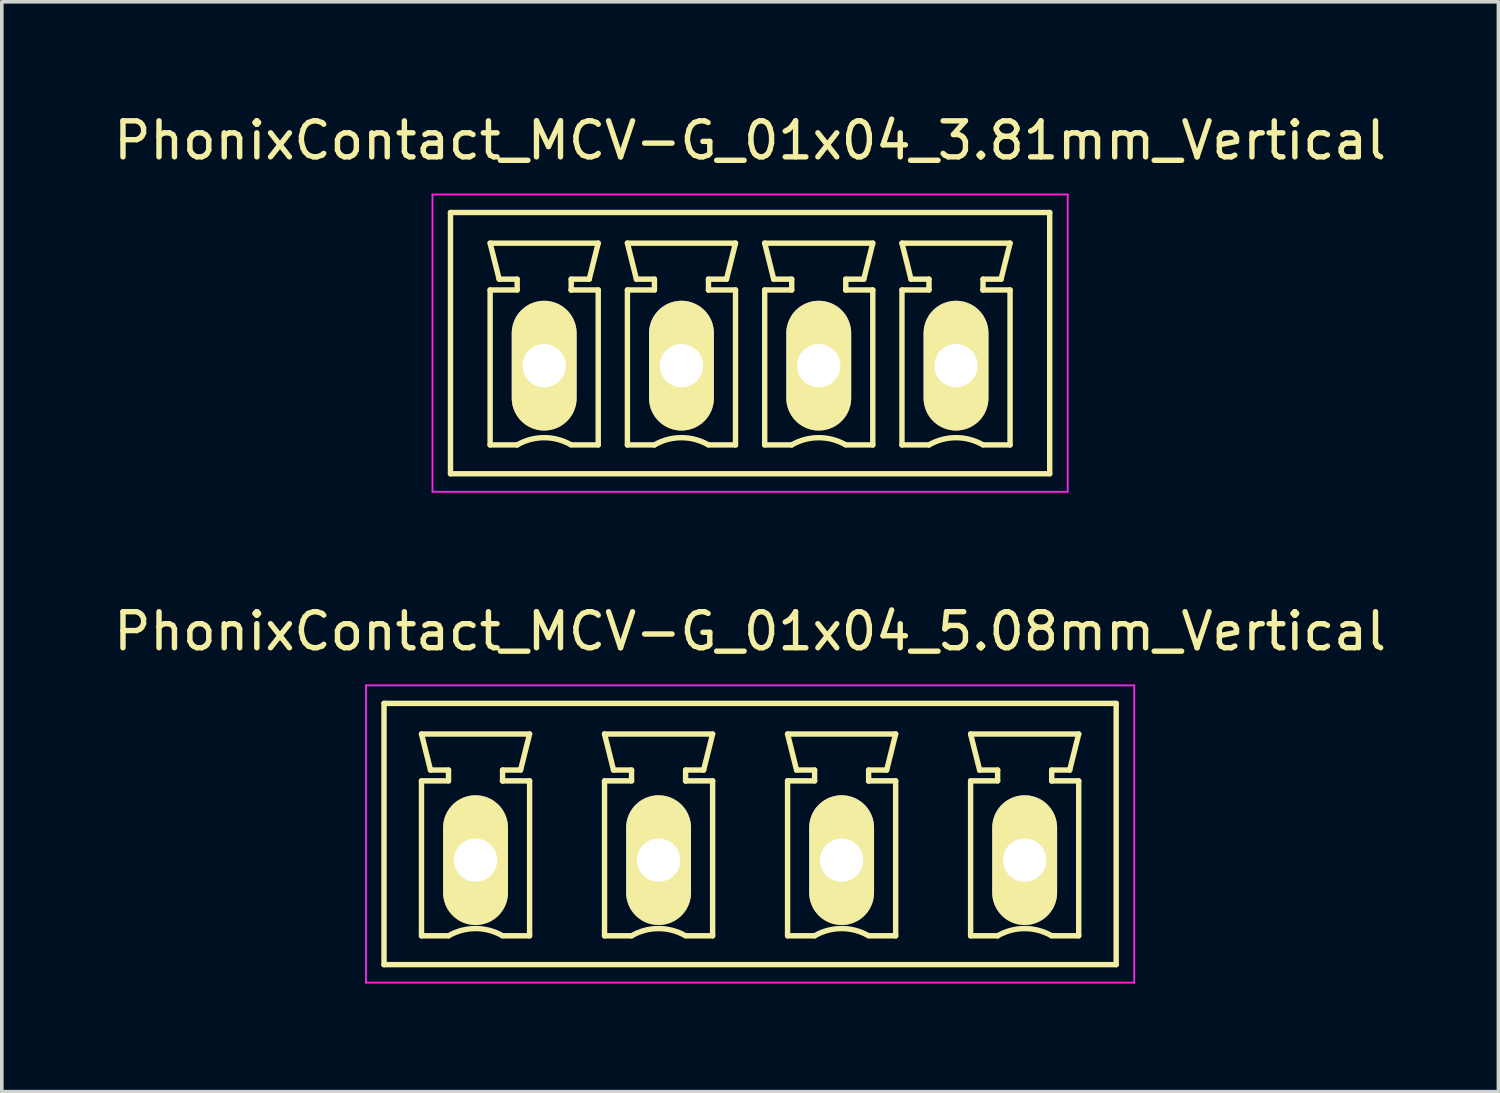
<source format=kicad_pcb>
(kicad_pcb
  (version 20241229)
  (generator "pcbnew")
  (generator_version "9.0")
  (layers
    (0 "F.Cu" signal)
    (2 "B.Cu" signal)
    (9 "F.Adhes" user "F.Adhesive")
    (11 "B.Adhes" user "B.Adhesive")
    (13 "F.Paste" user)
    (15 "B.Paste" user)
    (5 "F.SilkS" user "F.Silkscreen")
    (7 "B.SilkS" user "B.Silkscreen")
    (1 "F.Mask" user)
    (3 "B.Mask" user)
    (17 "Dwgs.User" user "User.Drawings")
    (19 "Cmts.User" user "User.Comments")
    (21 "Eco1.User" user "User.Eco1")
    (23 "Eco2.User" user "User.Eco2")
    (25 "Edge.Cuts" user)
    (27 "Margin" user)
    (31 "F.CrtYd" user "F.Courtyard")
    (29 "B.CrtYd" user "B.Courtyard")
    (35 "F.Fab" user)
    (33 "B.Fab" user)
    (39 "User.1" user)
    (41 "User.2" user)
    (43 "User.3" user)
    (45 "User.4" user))
  (footprint "PhonixContact_MCV-G_01x04_3.81mm_Vertical"
    (layer "F.Cu")
    (at 12.053 7.098)
    (property "Reference" "PhonixContact_MCV-G_01x04_3.81mm_Vertical" (at 5.715 -6.25 0) (layer "F.SilkS") (effects (font (size 1 1) (thickness 0.15))))
    (attr through_hole)
    (fp_line (start -2.6 -4.25) (end -2.6 3) (stroke (width 0.15) (type solid)) (layer "F.SilkS"))
    (fp_line (start -2.6 3) (end 14.03 3) (stroke (width 0.15) (type solid)) (layer "F.SilkS"))
    (fp_line (start -1.5 -3.4) (end 1.5 -3.4) (stroke (width 0.15) (type solid)) (layer "F.SilkS"))
    (fp_line (start -1.5 -2.1) (end -0.75 -2.1) (stroke (width 0.15) (type solid)) (layer "F.SilkS"))
    (fp_line (start -1.5 2.2) (end -1.5 -2.1) (stroke (width 0.15) (type solid)) (layer "F.SilkS"))
    (fp_line (start -1.25 -2.4) (end -1.5 -3.4) (stroke (width 0.15) (type solid)) (layer "F.SilkS"))
    (fp_line (start -0.75 -2.4) (end -1.25 -2.4) (stroke (width 0.15) (type solid)) (layer "F.SilkS"))
    (fp_line (start -0.75 -2.1) (end -0.75 -2.4) (stroke (width 0.15) (type solid)) (layer "F.SilkS"))
    (fp_line (start -0.75 2.2) (end -1.5 2.2) (stroke (width 0.15) (type solid)) (layer "F.SilkS"))
    (fp_line (start 0.75 -2.4) (end 0.75 -2.1) (stroke (width 0.15) (type solid)) (layer "F.SilkS"))
    (fp_line (start 0.75 -2.1) (end 0.75 -2.1) (stroke (width 0.15) (type solid)) (layer "F.SilkS"))
    (fp_line (start 0.75 -2.1) (end 1.5 -2.1) (stroke (width 0.15) (type solid)) (layer "F.SilkS"))
    (fp_line (start 1.25 -2.4) (end 0.75 -2.4) (stroke (width 0.15) (type solid)) (layer "F.SilkS"))
    (fp_line (start 1.5 -3.4) (end 1.25 -2.4) (stroke (width 0.15) (type solid)) (layer "F.SilkS"))
    (fp_line (start 1.5 -2.1) (end 1.5 2.2) (stroke (width 0.15) (type solid)) (layer "F.SilkS"))
    (fp_line (start 1.5 2.2) (end 0.75 2.2) (stroke (width 0.15) (type solid)) (layer "F.SilkS"))
    (fp_line (start 2.31 -3.4) (end 5.31 -3.4) (stroke (width 0.15) (type solid)) (layer "F.SilkS"))
    (fp_line (start 2.31 -2.1) (end 3.06 -2.1) (stroke (width 0.15) (type solid)) (layer "F.SilkS"))
    (fp_line (start 2.31 2.2) (end 2.31 -2.1) (stroke (width 0.15) (type solid)) (layer "F.SilkS"))
    (fp_line (start 2.56 -2.4) (end 2.31 -3.4) (stroke (width 0.15) (type solid)) (layer "F.SilkS"))
    (fp_line (start 3.06 -2.4) (end 2.56 -2.4) (stroke (width 0.15) (type solid)) (layer "F.SilkS"))
    (fp_line (start 3.06 -2.1) (end 3.06 -2.4) (stroke (width 0.15) (type solid)) (layer "F.SilkS"))
    (fp_line (start 3.06 2.2) (end 2.31 2.2) (stroke (width 0.15) (type solid)) (layer "F.SilkS"))
    (fp_line (start 4.56 -2.4) (end 4.56 -2.1) (stroke (width 0.15) (type solid)) (layer "F.SilkS"))
    (fp_line (start 4.56 -2.1) (end 4.56 -2.1) (stroke (width 0.15) (type solid)) (layer "F.SilkS"))
    (fp_line (start 4.56 -2.1) (end 5.31 -2.1) (stroke (width 0.15) (type solid)) (layer "F.SilkS"))
    (fp_line (start 5.06 -2.4) (end 4.56 -2.4) (stroke (width 0.15) (type solid)) (layer "F.SilkS"))
    (fp_line (start 5.31 -3.4) (end 5.06 -2.4) (stroke (width 0.15) (type solid)) (layer "F.SilkS"))
    (fp_line (start 5.31 -2.1) (end 5.31 2.2) (stroke (width 0.15) (type solid)) (layer "F.SilkS"))
    (fp_line (start 5.31 2.2) (end 4.56 2.2) (stroke (width 0.15) (type solid)) (layer "F.SilkS"))
    (fp_line (start 6.12 -3.4) (end 9.12 -3.4) (stroke (width 0.15) (type solid)) (layer "F.SilkS"))
    (fp_line (start 6.12 -2.1) (end 6.87 -2.1) (stroke (width 0.15) (type solid)) (layer "F.SilkS"))
    (fp_line (start 6.12 2.2) (end 6.12 -2.1) (stroke (width 0.15) (type solid)) (layer "F.SilkS"))
    (fp_line (start 6.37 -2.4) (end 6.12 -3.4) (stroke (width 0.15) (type solid)) (layer "F.SilkS"))
    (fp_line (start 6.87 -2.4) (end 6.37 -2.4) (stroke (width 0.15) (type solid)) (layer "F.SilkS"))
    (fp_line (start 6.87 -2.1) (end 6.87 -2.4) (stroke (width 0.15) (type solid)) (layer "F.SilkS"))
    (fp_line (start 6.87 2.2) (end 6.12 2.2) (stroke (width 0.15) (type solid)) (layer "F.SilkS"))
    (fp_line (start 8.37 -2.4) (end 8.37 -2.1) (stroke (width 0.15) (type solid)) (layer "F.SilkS"))
    (fp_line (start 8.37 -2.1) (end 8.37 -2.1) (stroke (width 0.15) (type solid)) (layer "F.SilkS"))
    (fp_line (start 8.37 -2.1) (end 9.12 -2.1) (stroke (width 0.15) (type solid)) (layer "F.SilkS"))
    (fp_line (start 8.87 -2.4) (end 8.37 -2.4) (stroke (width 0.15) (type solid)) (layer "F.SilkS"))
    (fp_line (start 9.12 -3.4) (end 8.87 -2.4) (stroke (width 0.15) (type solid)) (layer "F.SilkS"))
    (fp_line (start 9.12 -2.1) (end 9.12 2.2) (stroke (width 0.15) (type solid)) (layer "F.SilkS"))
    (fp_line (start 9.12 2.2) (end 8.37 2.2) (stroke (width 0.15) (type solid)) (layer "F.SilkS"))
    (fp_line (start 9.93 -3.4) (end 12.93 -3.4) (stroke (width 0.15) (type solid)) (layer "F.SilkS"))
    (fp_line (start 9.93 -2.1) (end 10.68 -2.1) (stroke (width 0.15) (type solid)) (layer "F.SilkS"))
    (fp_line (start 9.93 2.2) (end 9.93 -2.1) (stroke (width 0.15) (type solid)) (layer "F.SilkS"))
    (fp_line (start 10.18 -2.4) (end 9.93 -3.4) (stroke (width 0.15) (type solid)) (layer "F.SilkS"))
    (fp_line (start 10.68 -2.4) (end 10.18 -2.4) (stroke (width 0.15) (type solid)) (layer "F.SilkS"))
    (fp_line (start 10.68 -2.1) (end 10.68 -2.4) (stroke (width 0.15) (type solid)) (layer "F.SilkS"))
    (fp_line (start 10.68 2.2) (end 9.93 2.2) (stroke (width 0.15) (type solid)) (layer "F.SilkS"))
    (fp_line (start 12.18 -2.4) (end 12.18 -2.1) (stroke (width 0.15) (type solid)) (layer "F.SilkS"))
    (fp_line (start 12.18 -2.1) (end 12.18 -2.1) (stroke (width 0.15) (type solid)) (layer "F.SilkS"))
    (fp_line (start 12.18 -2.1) (end 12.93 -2.1) (stroke (width 0.15) (type solid)) (layer "F.SilkS"))
    (fp_line (start 12.68 -2.4) (end 12.18 -2.4) (stroke (width 0.15) (type solid)) (layer "F.SilkS"))
    (fp_line (start 12.93 -3.4) (end 12.68 -2.4) (stroke (width 0.15) (type solid)) (layer "F.SilkS"))
    (fp_line (start 12.93 -2.1) (end 12.93 2.2) (stroke (width 0.15) (type solid)) (layer "F.SilkS"))
    (fp_line (start 12.93 2.2) (end 12.18 2.2) (stroke (width 0.15) (type solid)) (layer "F.SilkS"))
    (fp_line (start 14.03 -4.25) (end -2.6 -4.25) (stroke (width 0.15) (type solid)) (layer "F.SilkS"))
    (fp_line (start 14.03 3) (end 14.03 -4.25) (stroke (width 0.15) (type solid)) (layer "F.SilkS"))
    (fp_arc (start -0.75 2.2) (mid -0.006068 1.999179) (end 0.739464 2.193978) (stroke (width 0.15) (type solid)) (layer "F.SilkS"))
    (fp_arc (start 3.06 2.2) (mid 3.803932 1.999179) (end 4.549464 2.193978) (stroke (width 0.15) (type solid)) (layer "F.SilkS"))
    (fp_arc (start 6.87 2.2) (mid 7.613932 1.999179) (end 8.359464 2.193978) (stroke (width 0.15) (type solid)) (layer "F.SilkS"))
    (fp_arc (start 10.68 2.2) (mid 11.423932 1.999179) (end 12.169464 2.193978) (stroke (width 0.15) (type solid)) (layer "F.SilkS"))
    (fp_line (start -3.1 -4.75) (end -3.1 3.5) (stroke (width 0.05) (type solid)) (layer "F.CrtYd"))
    (fp_line (start -3.1 3.5) (end 14.53 3.5) (stroke (width 0.05) (type solid)) (layer "F.CrtYd"))
    (fp_line (start 14.53 -4.75) (end -3.1 -4.75) (stroke (width 0.05) (type solid)) (layer "F.CrtYd"))
    (fp_line (start 14.53 3.5) (end 14.53 -4.75) (stroke (width 0.05) (type solid)) (layer "F.CrtYd"))
    (pad "1" thru_hole oval (at 0 0) (size 1.8 3.6) (drill 1.2) (layers "*.Cu" "*.Mask" "F.SilkS"))
    (pad "2" thru_hole oval (at 3.81 0) (size 1.8 3.6) (drill 1.2) (layers "*.Cu" "*.Mask" "F.SilkS"))
    (pad "3" thru_hole oval (at 7.62 0) (size 1.8 3.6) (drill 1.2) (layers "*.Cu" "*.Mask" "F.SilkS"))
    (pad "4" thru_hole oval (at 11.43 0) (size 1.8 3.6) (drill 1.2) (layers "*.Cu" "*.Mask" "F.SilkS")))
  (footprint "PhonixContact_MCV-G_01x04_5.08mm_Vertical"
    (layer "F.Cu")
    (at 10.148 20.822)
    (property "Reference" "PhonixContact_MCV-G_01x04_5.08mm_Vertical" (at 7.62 -6.35 0) (layer "F.SilkS") (effects (font (size 1 1) (thickness 0.15))))
    (attr through_hole)
    (fp_line (start -2.54 -4.35) (end -2.54 2.9) (stroke (width 0.15) (type solid)) (layer "F.SilkS"))
    (fp_line (start -2.54 2.9) (end 17.78 2.9) (stroke (width 0.15) (type solid)) (layer "F.SilkS"))
    (fp_line (start -1.5 -3.5) (end 1.5 -3.5) (stroke (width 0.15) (type solid)) (layer "F.SilkS"))
    (fp_line (start -1.5 -2.2) (end -0.75 -2.2) (stroke (width 0.15) (type solid)) (layer "F.SilkS"))
    (fp_line (start -1.5 2.1) (end -1.5 -2.2) (stroke (width 0.15) (type solid)) (layer "F.SilkS"))
    (fp_line (start -1.25 -2.5) (end -1.5 -3.5) (stroke (width 0.15) (type solid)) (layer "F.SilkS"))
    (fp_line (start -0.75 -2.5) (end -1.25 -2.5) (stroke (width 0.15) (type solid)) (layer "F.SilkS"))
    (fp_line (start -0.75 -2.2) (end -0.75 -2.5) (stroke (width 0.15) (type solid)) (layer "F.SilkS"))
    (fp_line (start -0.75 2.1) (end -1.5 2.1) (stroke (width 0.15) (type solid)) (layer "F.SilkS"))
    (fp_line (start 0.75 -2.5) (end 0.75 -2.2) (stroke (width 0.15) (type solid)) (layer "F.SilkS"))
    (fp_line (start 0.75 -2.2) (end 0.75 -2.2) (stroke (width 0.15) (type solid)) (layer "F.SilkS"))
    (fp_line (start 0.75 -2.2) (end 1.5 -2.2) (stroke (width 0.15) (type solid)) (layer "F.SilkS"))
    (fp_line (start 1.25 -2.5) (end 0.75 -2.5) (stroke (width 0.15) (type solid)) (layer "F.SilkS"))
    (fp_line (start 1.5 -3.5) (end 1.25 -2.5) (stroke (width 0.15) (type solid)) (layer "F.SilkS"))
    (fp_line (start 1.5 -2.2) (end 1.5 2.1) (stroke (width 0.15) (type solid)) (layer "F.SilkS"))
    (fp_line (start 1.5 2.1) (end 0.75 2.1) (stroke (width 0.15) (type solid)) (layer "F.SilkS"))
    (fp_line (start 3.58 -3.5) (end 6.58 -3.5) (stroke (width 0.15) (type solid)) (layer "F.SilkS"))
    (fp_line (start 3.58 -2.2) (end 4.33 -2.2) (stroke (width 0.15) (type solid)) (layer "F.SilkS"))
    (fp_line (start 3.58 2.1) (end 3.58 -2.2) (stroke (width 0.15) (type solid)) (layer "F.SilkS"))
    (fp_line (start 3.83 -2.5) (end 3.58 -3.5) (stroke (width 0.15) (type solid)) (layer "F.SilkS"))
    (fp_line (start 4.33 -2.5) (end 3.83 -2.5) (stroke (width 0.15) (type solid)) (layer "F.SilkS"))
    (fp_line (start 4.33 -2.2) (end 4.33 -2.5) (stroke (width 0.15) (type solid)) (layer "F.SilkS"))
    (fp_line (start 4.33 2.1) (end 3.58 2.1) (stroke (width 0.15) (type solid)) (layer "F.SilkS"))
    (fp_line (start 5.83 -2.5) (end 5.83 -2.2) (stroke (width 0.15) (type solid)) (layer "F.SilkS"))
    (fp_line (start 5.83 -2.2) (end 5.83 -2.2) (stroke (width 0.15) (type solid)) (layer "F.SilkS"))
    (fp_line (start 5.83 -2.2) (end 6.58 -2.2) (stroke (width 0.15) (type solid)) (layer "F.SilkS"))
    (fp_line (start 6.33 -2.5) (end 5.83 -2.5) (stroke (width 0.15) (type solid)) (layer "F.SilkS"))
    (fp_line (start 6.58 -3.5) (end 6.33 -2.5) (stroke (width 0.15) (type solid)) (layer "F.SilkS"))
    (fp_line (start 6.58 -2.2) (end 6.58 2.1) (stroke (width 0.15) (type solid)) (layer "F.SilkS"))
    (fp_line (start 6.58 2.1) (end 5.83 2.1) (stroke (width 0.15) (type solid)) (layer "F.SilkS"))
    (fp_line (start 8.66 -3.5) (end 11.66 -3.5) (stroke (width 0.15) (type solid)) (layer "F.SilkS"))
    (fp_line (start 8.66 -2.2) (end 9.41 -2.2) (stroke (width 0.15) (type solid)) (layer "F.SilkS"))
    (fp_line (start 8.66 2.1) (end 8.66 -2.2) (stroke (width 0.15) (type solid)) (layer "F.SilkS"))
    (fp_line (start 8.91 -2.5) (end 8.66 -3.5) (stroke (width 0.15) (type solid)) (layer "F.SilkS"))
    (fp_line (start 9.41 -2.5) (end 8.91 -2.5) (stroke (width 0.15) (type solid)) (layer "F.SilkS"))
    (fp_line (start 9.41 -2.2) (end 9.41 -2.5) (stroke (width 0.15) (type solid)) (layer "F.SilkS"))
    (fp_line (start 9.41 2.1) (end 8.66 2.1) (stroke (width 0.15) (type solid)) (layer "F.SilkS"))
    (fp_line (start 10.91 -2.5) (end 10.91 -2.2) (stroke (width 0.15) (type solid)) (layer "F.SilkS"))
    (fp_line (start 10.91 -2.2) (end 10.91 -2.2) (stroke (width 0.15) (type solid)) (layer "F.SilkS"))
    (fp_line (start 10.91 -2.2) (end 11.66 -2.2) (stroke (width 0.15) (type solid)) (layer "F.SilkS"))
    (fp_line (start 11.41 -2.5) (end 10.91 -2.5) (stroke (width 0.15) (type solid)) (layer "F.SilkS"))
    (fp_line (start 11.66 -3.5) (end 11.41 -2.5) (stroke (width 0.15) (type solid)) (layer "F.SilkS"))
    (fp_line (start 11.66 -2.2) (end 11.66 2.1) (stroke (width 0.15) (type solid)) (layer "F.SilkS"))
    (fp_line (start 11.66 2.1) (end 10.91 2.1) (stroke (width 0.15) (type solid)) (layer "F.SilkS"))
    (fp_line (start 13.74 -3.5) (end 16.74 -3.5) (stroke (width 0.15) (type solid)) (layer "F.SilkS"))
    (fp_line (start 13.74 -2.2) (end 14.49 -2.2) (stroke (width 0.15) (type solid)) (layer "F.SilkS"))
    (fp_line (start 13.74 2.1) (end 13.74 -2.2) (stroke (width 0.15) (type solid)) (layer "F.SilkS"))
    (fp_line (start 13.99 -2.5) (end 13.74 -3.5) (stroke (width 0.15) (type solid)) (layer "F.SilkS"))
    (fp_line (start 14.49 -2.5) (end 13.99 -2.5) (stroke (width 0.15) (type solid)) (layer "F.SilkS"))
    (fp_line (start 14.49 -2.2) (end 14.49 -2.5) (stroke (width 0.15) (type solid)) (layer "F.SilkS"))
    (fp_line (start 14.49 2.1) (end 13.74 2.1) (stroke (width 0.15) (type solid)) (layer "F.SilkS"))
    (fp_line (start 15.99 -2.5) (end 15.99 -2.2) (stroke (width 0.15) (type solid)) (layer "F.SilkS"))
    (fp_line (start 15.99 -2.2) (end 15.99 -2.2) (stroke (width 0.15) (type solid)) (layer "F.SilkS"))
    (fp_line (start 15.99 -2.2) (end 16.74 -2.2) (stroke (width 0.15) (type solid)) (layer "F.SilkS"))
    (fp_line (start 16.49 -2.5) (end 15.99 -2.5) (stroke (width 0.15) (type solid)) (layer "F.SilkS"))
    (fp_line (start 16.74 -3.5) (end 16.49 -2.5) (stroke (width 0.15) (type solid)) (layer "F.SilkS"))
    (fp_line (start 16.74 -2.2) (end 16.74 2.1) (stroke (width 0.15) (type solid)) (layer "F.SilkS"))
    (fp_line (start 16.74 2.1) (end 15.99 2.1) (stroke (width 0.15) (type solid)) (layer "F.SilkS"))
    (fp_line (start 17.78 -4.35) (end -2.54 -4.35) (stroke (width 0.15) (type solid)) (layer "F.SilkS"))
    (fp_line (start 17.78 2.9) (end 17.78 -4.35) (stroke (width 0.15) (type solid)) (layer "F.SilkS"))
    (fp_arc (start -0.75 2.1) (mid -0.006068 1.899179) (end 0.739464 2.093978) (stroke (width 0.15) (type solid)) (layer "F.SilkS"))
    (fp_arc (start 4.33 2.1) (mid 5.073932 1.899179) (end 5.819464 2.093978) (stroke (width 0.15) (type solid)) (layer "F.SilkS"))
    (fp_arc (start 9.41 2.1) (mid 10.153932 1.899179) (end 10.899464 2.093978) (stroke (width 0.15) (type solid)) (layer "F.SilkS"))
    (fp_arc (start 14.49 2.1) (mid 15.233932 1.899179) (end 15.979464 2.093978) (stroke (width 0.15) (type solid)) (layer "F.SilkS"))
    (fp_line (start -3.04 -4.85) (end -3.04 3.4) (stroke (width 0.05) (type solid)) (layer "F.CrtYd"))
    (fp_line (start -3.04 3.4) (end 18.28 3.4) (stroke (width 0.05) (type solid)) (layer "F.CrtYd"))
    (fp_line (start 18.28 -4.85) (end -3.04 -4.85) (stroke (width 0.05) (type solid)) (layer "F.CrtYd"))
    (fp_line (start 18.28 3.4) (end 18.28 -4.85) (stroke (width 0.05) (type solid)) (layer "F.CrtYd"))
    (pad "1" thru_hole oval (at 0 0) (size 1.8 3.6) (drill 1.2) (layers "*.Cu" "*.Mask" "F.SilkS"))
    (pad "2" thru_hole oval (at 5.08 0) (size 1.8 3.6) (drill 1.2) (layers "*.Cu" "*.Mask" "F.SilkS"))
    (pad "3" thru_hole oval (at 10.16 0) (size 1.8 3.6) (drill 1.2) (layers "*.Cu" "*.Mask" "F.SilkS"))
    (pad "4" thru_hole oval (at 15.24 0) (size 1.8 3.6) (drill 1.2) (layers "*.Cu" "*.Mask" "F.SilkS")))
  (gr_rect
    (start -3 -3)
    (end 38.536 27.247)
    (stroke (width 0.1) (type default))
    (fill no)
    (layer "Edge.Cuts")))
</source>
